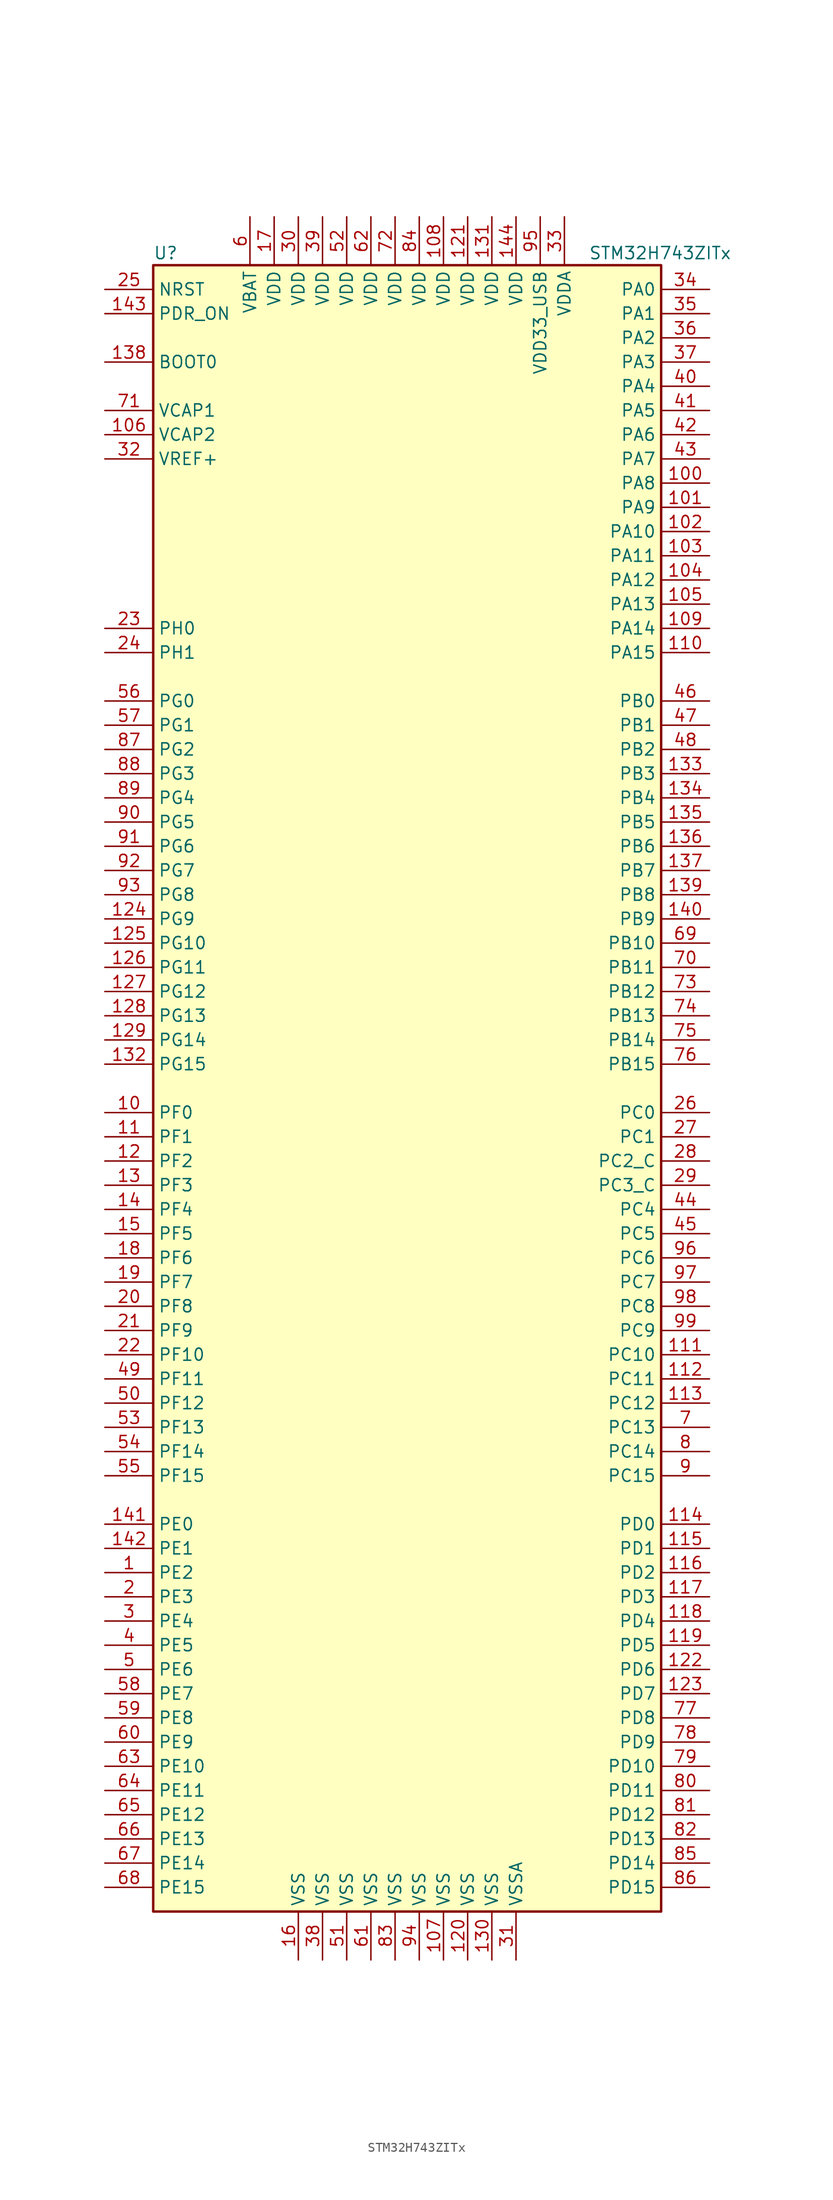
<source format=kicad_sym>
(kicad_symbol_lib
  (version 20201005)
  (generator kicad_symbol_editor)
  (symbol "STM32H743ZITx"
    (property "Reference" "U"
      (at -27.94 87.63 0)
      (effects (font (size 1.27 1.27)) (justify left)))
    (property "Value" "STM32H743ZITx"
      (at 17.78 87.63 0)
      (effects (font (size 1.27 1.27)) (justify left)))
    (symbol "STM32H743ZITx_0_1"
      (rectangle (start -27.94 -86.36) (end 25.4 86.36) (stroke (width 0.254)) (fill (type background))))
    (symbol "STM32H743ZITx_1_1"
      (pin input line (at -33.02 76.2 0) (length 5.08) (name "BOOT0" (effects (font (size 1.27 1.27)))) (number "138" (effects (font (size 1.27 1.27)))))
      (pin input line (at -33.02 83.82 0) (length 5.08) (name "NRST" (effects (font (size 1.27 1.27)))) (number "25" (effects (font (size 1.27 1.27)))))
      (pin bidirectional line (at 30.48 83.82 180) (length 5.08) (name "PA0" (effects (font (size 1.27 1.27)))) (number "34" (effects (font (size 1.27 1.27)))))
      (pin bidirectional line (at 30.48 81.28 180) (length 5.08) (name "PA1" (effects (font (size 1.27 1.27)))) (number "35" (effects (font (size 1.27 1.27)))))
      (pin bidirectional line (at 30.48 58.42 180) (length 5.08) (name "PA10" (effects (font (size 1.27 1.27)))) (number "102" (effects (font (size 1.27 1.27)))))
      (pin bidirectional line (at 30.48 55.88 180) (length 5.08) (name "PA11" (effects (font (size 1.27 1.27)))) (number "103" (effects (font (size 1.27 1.27)))))
      (pin bidirectional line (at 30.48 53.34 180) (length 5.08) (name "PA12" (effects (font (size 1.27 1.27)))) (number "104" (effects (font (size 1.27 1.27)))))
      (pin bidirectional line (at 30.48 50.8 180) (length 5.08) (name "PA13" (effects (font (size 1.27 1.27)))) (number "105" (effects (font (size 1.27 1.27)))))
      (pin bidirectional line (at 30.48 48.26 180) (length 5.08) (name "PA14" (effects (font (size 1.27 1.27)))) (number "109" (effects (font (size 1.27 1.27)))))
      (pin bidirectional line (at 30.48 45.72 180) (length 5.08) (name "PA15" (effects (font (size 1.27 1.27)))) (number "110" (effects (font (size 1.27 1.27)))))
      (pin bidirectional line (at 30.48 78.74 180) (length 5.08) (name "PA2" (effects (font (size 1.27 1.27)))) (number "36" (effects (font (size 1.27 1.27)))))
      (pin bidirectional line (at 30.48 76.2 180) (length 5.08) (name "PA3" (effects (font (size 1.27 1.27)))) (number "37" (effects (font (size 1.27 1.27)))))
      (pin bidirectional line (at 30.48 73.66 180) (length 5.08) (name "PA4" (effects (font (size 1.27 1.27)))) (number "40" (effects (font (size 1.27 1.27)))))
      (pin bidirectional line (at 30.48 71.12 180) (length 5.08) (name "PA5" (effects (font (size 1.27 1.27)))) (number "41" (effects (font (size 1.27 1.27)))))
      (pin bidirectional line (at 30.48 68.58 180) (length 5.08) (name "PA6" (effects (font (size 1.27 1.27)))) (number "42" (effects (font (size 1.27 1.27)))))
      (pin bidirectional line (at 30.48 66.04 180) (length 5.08) (name "PA7" (effects (font (size 1.27 1.27)))) (number "43" (effects (font (size 1.27 1.27)))))
      (pin bidirectional line (at 30.48 63.5 180) (length 5.08) (name "PA8" (effects (font (size 1.27 1.27)))) (number "100" (effects (font (size 1.27 1.27)))))
      (pin bidirectional line (at 30.48 60.96 180) (length 5.08) (name "PA9" (effects (font (size 1.27 1.27)))) (number "101" (effects (font (size 1.27 1.27)))))
      (pin bidirectional line (at 30.48 40.64 180) (length 5.08) (name "PB0" (effects (font (size 1.27 1.27)))) (number "46" (effects (font (size 1.27 1.27)))))
      (pin bidirectional line (at 30.48 38.1 180) (length 5.08) (name "PB1" (effects (font (size 1.27 1.27)))) (number "47" (effects (font (size 1.27 1.27)))))
      (pin bidirectional line (at 30.48 15.24 180) (length 5.08) (name "PB10" (effects (font (size 1.27 1.27)))) (number "69" (effects (font (size 1.27 1.27)))))
      (pin bidirectional line (at 30.48 12.7 180) (length 5.08) (name "PB11" (effects (font (size 1.27 1.27)))) (number "70" (effects (font (size 1.27 1.27)))))
      (pin bidirectional line (at 30.48 10.16 180) (length 5.08) (name "PB12" (effects (font (size 1.27 1.27)))) (number "73" (effects (font (size 1.27 1.27)))))
      (pin bidirectional line (at 30.48 7.62 180) (length 5.08) (name "PB13" (effects (font (size 1.27 1.27)))) (number "74" (effects (font (size 1.27 1.27)))))
      (pin bidirectional line (at 30.48 5.08 180) (length 5.08) (name "PB14" (effects (font (size 1.27 1.27)))) (number "75" (effects (font (size 1.27 1.27)))))
      (pin bidirectional line (at 30.48 2.54 180) (length 5.08) (name "PB15" (effects (font (size 1.27 1.27)))) (number "76" (effects (font (size 1.27 1.27)))))
      (pin bidirectional line (at 30.48 35.56 180) (length 5.08) (name "PB2" (effects (font (size 1.27 1.27)))) (number "48" (effects (font (size 1.27 1.27)))))
      (pin bidirectional line (at 30.48 33.02 180) (length 5.08) (name "PB3" (effects (font (size 1.27 1.27)))) (number "133" (effects (font (size 1.27 1.27)))))
      (pin bidirectional line (at 30.48 30.48 180) (length 5.08) (name "PB4" (effects (font (size 1.27 1.27)))) (number "134" (effects (font (size 1.27 1.27)))))
      (pin bidirectional line (at 30.48 27.94 180) (length 5.08) (name "PB5" (effects (font (size 1.27 1.27)))) (number "135" (effects (font (size 1.27 1.27)))))
      (pin bidirectional line (at 30.48 25.4 180) (length 5.08) (name "PB6" (effects (font (size 1.27 1.27)))) (number "136" (effects (font (size 1.27 1.27)))))
      (pin bidirectional line (at 30.48 22.86 180) (length 5.08) (name "PB7" (effects (font (size 1.27 1.27)))) (number "137" (effects (font (size 1.27 1.27)))))
      (pin bidirectional line (at 30.48 20.32 180) (length 5.08) (name "PB8" (effects (font (size 1.27 1.27)))) (number "139" (effects (font (size 1.27 1.27)))))
      (pin bidirectional line (at 30.48 17.78 180) (length 5.08) (name "PB9" (effects (font (size 1.27 1.27)))) (number "140" (effects (font (size 1.27 1.27)))))
      (pin bidirectional line (at 30.48 -2.54 180) (length 5.08) (name "PC0" (effects (font (size 1.27 1.27)))) (number "26" (effects (font (size 1.27 1.27)))))
      (pin bidirectional line (at 30.48 -5.08 180) (length 5.08) (name "PC1" (effects (font (size 1.27 1.27)))) (number "27" (effects (font (size 1.27 1.27)))))
      (pin bidirectional line (at 30.48 -27.94 180) (length 5.08) (name "PC10" (effects (font (size 1.27 1.27)))) (number "111" (effects (font (size 1.27 1.27)))))
      (pin bidirectional line (at 30.48 -30.48 180) (length 5.08) (name "PC11" (effects (font (size 1.27 1.27)))) (number "112" (effects (font (size 1.27 1.27)))))
      (pin bidirectional line (at 30.48 -33.02 180) (length 5.08) (name "PC12" (effects (font (size 1.27 1.27)))) (number "113" (effects (font (size 1.27 1.27)))))
      (pin bidirectional line (at 30.48 -35.56 180) (length 5.08) (name "PC13" (effects (font (size 1.27 1.27)))) (number "7" (effects (font (size 1.27 1.27)))))
      (pin bidirectional line (at 30.48 -38.1 180) (length 5.08) (name "PC14" (effects (font (size 1.27 1.27)))) (number "8" (effects (font (size 1.27 1.27)))))
      (pin bidirectional line (at 30.48 -40.64 180) (length 5.08) (name "PC15" (effects (font (size 1.27 1.27)))) (number "9" (effects (font (size 1.27 1.27)))))
      (pin bidirectional line (at 30.48 -7.62 180) (length 5.08) (name "PC2_C" (effects (font (size 1.27 1.27)))) (number "28" (effects (font (size 1.27 1.27)))))
      (pin bidirectional line (at 30.48 -10.16 180) (length 5.08) (name "PC3_C" (effects (font (size 1.27 1.27)))) (number "29" (effects (font (size 1.27 1.27)))))
      (pin bidirectional line (at 30.48 -12.7 180) (length 5.08) (name "PC4" (effects (font (size 1.27 1.27)))) (number "44" (effects (font (size 1.27 1.27)))))
      (pin bidirectional line (at 30.48 -15.24 180) (length 5.08) (name "PC5" (effects (font (size 1.27 1.27)))) (number "45" (effects (font (size 1.27 1.27)))))
      (pin bidirectional line (at 30.48 -17.78 180) (length 5.08) (name "PC6" (effects (font (size 1.27 1.27)))) (number "96" (effects (font (size 1.27 1.27)))))
      (pin bidirectional line (at 30.48 -20.32 180) (length 5.08) (name "PC7" (effects (font (size 1.27 1.27)))) (number "97" (effects (font (size 1.27 1.27)))))
      (pin bidirectional line (at 30.48 -22.86 180) (length 5.08) (name "PC8" (effects (font (size 1.27 1.27)))) (number "98" (effects (font (size 1.27 1.27)))))
      (pin bidirectional line (at 30.48 -25.4 180) (length 5.08) (name "PC9" (effects (font (size 1.27 1.27)))) (number "99" (effects (font (size 1.27 1.27)))))
      (pin bidirectional line (at 30.48 -45.72 180) (length 5.08) (name "PD0" (effects (font (size 1.27 1.27)))) (number "114" (effects (font (size 1.27 1.27)))))
      (pin bidirectional line (at 30.48 -48.26 180) (length 5.08) (name "PD1" (effects (font (size 1.27 1.27)))) (number "115" (effects (font (size 1.27 1.27)))))
      (pin bidirectional line (at 30.48 -71.12 180) (length 5.08) (name "PD10" (effects (font (size 1.27 1.27)))) (number "79" (effects (font (size 1.27 1.27)))))
      (pin bidirectional line (at 30.48 -73.66 180) (length 5.08) (name "PD11" (effects (font (size 1.27 1.27)))) (number "80" (effects (font (size 1.27 1.27)))))
      (pin bidirectional line (at 30.48 -76.2 180) (length 5.08) (name "PD12" (effects (font (size 1.27 1.27)))) (number "81" (effects (font (size 1.27 1.27)))))
      (pin bidirectional line (at 30.48 -78.74 180) (length 5.08) (name "PD13" (effects (font (size 1.27 1.27)))) (number "82" (effects (font (size 1.27 1.27)))))
      (pin bidirectional line (at 30.48 -81.28 180) (length 5.08) (name "PD14" (effects (font (size 1.27 1.27)))) (number "85" (effects (font (size 1.27 1.27)))))
      (pin bidirectional line (at 30.48 -83.82 180) (length 5.08) (name "PD15" (effects (font (size 1.27 1.27)))) (number "86" (effects (font (size 1.27 1.27)))))
      (pin bidirectional line (at 30.48 -50.8 180) (length 5.08) (name "PD2" (effects (font (size 1.27 1.27)))) (number "116" (effects (font (size 1.27 1.27)))))
      (pin bidirectional line (at 30.48 -53.34 180) (length 5.08) (name "PD3" (effects (font (size 1.27 1.27)))) (number "117" (effects (font (size 1.27 1.27)))))
      (pin bidirectional line (at 30.48 -55.88 180) (length 5.08) (name "PD4" (effects (font (size 1.27 1.27)))) (number "118" (effects (font (size 1.27 1.27)))))
      (pin bidirectional line (at 30.48 -58.42 180) (length 5.08) (name "PD5" (effects (font (size 1.27 1.27)))) (number "119" (effects (font (size 1.27 1.27)))))
      (pin bidirectional line (at 30.48 -60.96 180) (length 5.08) (name "PD6" (effects (font (size 1.27 1.27)))) (number "122" (effects (font (size 1.27 1.27)))))
      (pin bidirectional line (at 30.48 -63.5 180) (length 5.08) (name "PD7" (effects (font (size 1.27 1.27)))) (number "123" (effects (font (size 1.27 1.27)))))
      (pin bidirectional line (at 30.48 -66.04 180) (length 5.08) (name "PD8" (effects (font (size 1.27 1.27)))) (number "77" (effects (font (size 1.27 1.27)))))
      (pin bidirectional line (at 30.48 -68.58 180) (length 5.08) (name "PD9" (effects (font (size 1.27 1.27)))) (number "78" (effects (font (size 1.27 1.27)))))
      (pin input line (at -33.02 81.28 0) (length 5.08) (name "PDR_ON" (effects (font (size 1.27 1.27)))) (number "143" (effects (font (size 1.27 1.27)))))
      (pin bidirectional line (at -33.02 -45.72 0) (length 5.08) (name "PE0" (effects (font (size 1.27 1.27)))) (number "141" (effects (font (size 1.27 1.27)))))
      (pin bidirectional line (at -33.02 -48.26 0) (length 5.08) (name "PE1" (effects (font (size 1.27 1.27)))) (number "142" (effects (font (size 1.27 1.27)))))
      (pin bidirectional line (at -33.02 -71.12 0) (length 5.08) (name "PE10" (effects (font (size 1.27 1.27)))) (number "63" (effects (font (size 1.27 1.27)))))
      (pin bidirectional line (at -33.02 -73.66 0) (length 5.08) (name "PE11" (effects (font (size 1.27 1.27)))) (number "64" (effects (font (size 1.27 1.27)))))
      (pin bidirectional line (at -33.02 -76.2 0) (length 5.08) (name "PE12" (effects (font (size 1.27 1.27)))) (number "65" (effects (font (size 1.27 1.27)))))
      (pin bidirectional line (at -33.02 -78.74 0) (length 5.08) (name "PE13" (effects (font (size 1.27 1.27)))) (number "66" (effects (font (size 1.27 1.27)))))
      (pin bidirectional line (at -33.02 -81.28 0) (length 5.08) (name "PE14" (effects (font (size 1.27 1.27)))) (number "67" (effects (font (size 1.27 1.27)))))
      (pin bidirectional line (at -33.02 -83.82 0) (length 5.08) (name "PE15" (effects (font (size 1.27 1.27)))) (number "68" (effects (font (size 1.27 1.27)))))
      (pin bidirectional line (at -33.02 -50.8 0) (length 5.08) (name "PE2" (effects (font (size 1.27 1.27)))) (number "1" (effects (font (size 1.27 1.27)))))
      (pin bidirectional line (at -33.02 -53.34 0) (length 5.08) (name "PE3" (effects (font (size 1.27 1.27)))) (number "2" (effects (font (size 1.27 1.27)))))
      (pin bidirectional line (at -33.02 -55.88 0) (length 5.08) (name "PE4" (effects (font (size 1.27 1.27)))) (number "3" (effects (font (size 1.27 1.27)))))
      (pin bidirectional line (at -33.02 -58.42 0) (length 5.08) (name "PE5" (effects (font (size 1.27 1.27)))) (number "4" (effects (font (size 1.27 1.27)))))
      (pin bidirectional line (at -33.02 -60.96 0) (length 5.08) (name "PE6" (effects (font (size 1.27 1.27)))) (number "5" (effects (font (size 1.27 1.27)))))
      (pin bidirectional line (at -33.02 -63.5 0) (length 5.08) (name "PE7" (effects (font (size 1.27 1.27)))) (number "58" (effects (font (size 1.27 1.27)))))
      (pin bidirectional line (at -33.02 -66.04 0) (length 5.08) (name "PE8" (effects (font (size 1.27 1.27)))) (number "59" (effects (font (size 1.27 1.27)))))
      (pin bidirectional line (at -33.02 -68.58 0) (length 5.08) (name "PE9" (effects (font (size 1.27 1.27)))) (number "60" (effects (font (size 1.27 1.27)))))
      (pin bidirectional line (at -33.02 -2.54 0) (length 5.08) (name "PF0" (effects (font (size 1.27 1.27)))) (number "10" (effects (font (size 1.27 1.27)))))
      (pin bidirectional line (at -33.02 -5.08 0) (length 5.08) (name "PF1" (effects (font (size 1.27 1.27)))) (number "11" (effects (font (size 1.27 1.27)))))
      (pin bidirectional line (at -33.02 -27.94 0) (length 5.08) (name "PF10" (effects (font (size 1.27 1.27)))) (number "22" (effects (font (size 1.27 1.27)))))
      (pin bidirectional line (at -33.02 -30.48 0) (length 5.08) (name "PF11" (effects (font (size 1.27 1.27)))) (number "49" (effects (font (size 1.27 1.27)))))
      (pin bidirectional line (at -33.02 -33.02 0) (length 5.08) (name "PF12" (effects (font (size 1.27 1.27)))) (number "50" (effects (font (size 1.27 1.27)))))
      (pin bidirectional line (at -33.02 -35.56 0) (length 5.08) (name "PF13" (effects (font (size 1.27 1.27)))) (number "53" (effects (font (size 1.27 1.27)))))
      (pin bidirectional line (at -33.02 -38.1 0) (length 5.08) (name "PF14" (effects (font (size 1.27 1.27)))) (number "54" (effects (font (size 1.27 1.27)))))
      (pin bidirectional line (at -33.02 -40.64 0) (length 5.08) (name "PF15" (effects (font (size 1.27 1.27)))) (number "55" (effects (font (size 1.27 1.27)))))
      (pin bidirectional line (at -33.02 -7.62 0) (length 5.08) (name "PF2" (effects (font (size 1.27 1.27)))) (number "12" (effects (font (size 1.27 1.27)))))
      (pin bidirectional line (at -33.02 -10.16 0) (length 5.08) (name "PF3" (effects (font (size 1.27 1.27)))) (number "13" (effects (font (size 1.27 1.27)))))
      (pin bidirectional line (at -33.02 -12.7 0) (length 5.08) (name "PF4" (effects (font (size 1.27 1.27)))) (number "14" (effects (font (size 1.27 1.27)))))
      (pin bidirectional line (at -33.02 -15.24 0) (length 5.08) (name "PF5" (effects (font (size 1.27 1.27)))) (number "15" (effects (font (size 1.27 1.27)))))
      (pin bidirectional line (at -33.02 -17.78 0) (length 5.08) (name "PF6" (effects (font (size 1.27 1.27)))) (number "18" (effects (font (size 1.27 1.27)))))
      (pin bidirectional line (at -33.02 -20.32 0) (length 5.08) (name "PF7" (effects (font (size 1.27 1.27)))) (number "19" (effects (font (size 1.27 1.27)))))
      (pin bidirectional line (at -33.02 -22.86 0) (length 5.08) (name "PF8" (effects (font (size 1.27 1.27)))) (number "20" (effects (font (size 1.27 1.27)))))
      (pin bidirectional line (at -33.02 -25.4 0) (length 5.08) (name "PF9" (effects (font (size 1.27 1.27)))) (number "21" (effects (font (size 1.27 1.27)))))
      (pin bidirectional line (at -33.02 40.64 0) (length 5.08) (name "PG0" (effects (font (size 1.27 1.27)))) (number "56" (effects (font (size 1.27 1.27)))))
      (pin bidirectional line (at -33.02 38.1 0) (length 5.08) (name "PG1" (effects (font (size 1.27 1.27)))) (number "57" (effects (font (size 1.27 1.27)))))
      (pin bidirectional line (at -33.02 15.24 0) (length 5.08) (name "PG10" (effects (font (size 1.27 1.27)))) (number "125" (effects (font (size 1.27 1.27)))))
      (pin bidirectional line (at -33.02 12.7 0) (length 5.08) (name "PG11" (effects (font (size 1.27 1.27)))) (number "126" (effects (font (size 1.27 1.27)))))
      (pin bidirectional line (at -33.02 10.16 0) (length 5.08) (name "PG12" (effects (font (size 1.27 1.27)))) (number "127" (effects (font (size 1.27 1.27)))))
      (pin bidirectional line (at -33.02 7.62 0) (length 5.08) (name "PG13" (effects (font (size 1.27 1.27)))) (number "128" (effects (font (size 1.27 1.27)))))
      (pin bidirectional line (at -33.02 5.08 0) (length 5.08) (name "PG14" (effects (font (size 1.27 1.27)))) (number "129" (effects (font (size 1.27 1.27)))))
      (pin bidirectional line (at -33.02 2.54 0) (length 5.08) (name "PG15" (effects (font (size 1.27 1.27)))) (number "132" (effects (font (size 1.27 1.27)))))
      (pin bidirectional line (at -33.02 35.56 0) (length 5.08) (name "PG2" (effects (font (size 1.27 1.27)))) (number "87" (effects (font (size 1.27 1.27)))))
      (pin bidirectional line (at -33.02 33.02 0) (length 5.08) (name "PG3" (effects (font (size 1.27 1.27)))) (number "88" (effects (font (size 1.27 1.27)))))
      (pin bidirectional line (at -33.02 30.48 0) (length 5.08) (name "PG4" (effects (font (size 1.27 1.27)))) (number "89" (effects (font (size 1.27 1.27)))))
      (pin bidirectional line (at -33.02 27.94 0) (length 5.08) (name "PG5" (effects (font (size 1.27 1.27)))) (number "90" (effects (font (size 1.27 1.27)))))
      (pin bidirectional line (at -33.02 25.4 0) (length 5.08) (name "PG6" (effects (font (size 1.27 1.27)))) (number "91" (effects (font (size 1.27 1.27)))))
      (pin bidirectional line (at -33.02 22.86 0) (length 5.08) (name "PG7" (effects (font (size 1.27 1.27)))) (number "92" (effects (font (size 1.27 1.27)))))
      (pin bidirectional line (at -33.02 20.32 0) (length 5.08) (name "PG8" (effects (font (size 1.27 1.27)))) (number "93" (effects (font (size 1.27 1.27)))))
      (pin bidirectional line (at -33.02 17.78 0) (length 5.08) (name "PG9" (effects (font (size 1.27 1.27)))) (number "124" (effects (font (size 1.27 1.27)))))
      (pin input line (at -33.02 48.26 0) (length 5.08) (name "PH0" (effects (font (size 1.27 1.27)))) (number "23" (effects (font (size 1.27 1.27)))))
      (pin input line (at -33.02 45.72 0) (length 5.08) (name "PH1" (effects (font (size 1.27 1.27)))) (number "24" (effects (font (size 1.27 1.27)))))
      (pin power_in line (at -17.78 91.44 270) (length 5.08) (name "VBAT" (effects (font (size 1.27 1.27)))) (number "6" (effects (font (size 1.27 1.27)))))
      (pin power_in line (at -33.02 71.12 0) (length 5.08) (name "VCAP1" (effects (font (size 1.27 1.27)))) (number "71" (effects (font (size 1.27 1.27)))))
      (pin power_in line (at -33.02 68.58 0) (length 5.08) (name "VCAP2" (effects (font (size 1.27 1.27)))) (number "106" (effects (font (size 1.27 1.27)))))
      (pin power_in line (at 2.54 91.44 270) (length 5.08) (name "VDD" (effects (font (size 1.27 1.27)))) (number "108" (effects (font (size 1.27 1.27)))))
      (pin power_in line (at 5.08 91.44 270) (length 5.08) (name "VDD" (effects (font (size 1.27 1.27)))) (number "121" (effects (font (size 1.27 1.27)))))
      (pin power_in line (at 7.62 91.44 270) (length 5.08) (name "VDD" (effects (font (size 1.27 1.27)))) (number "131" (effects (font (size 1.27 1.27)))))
      (pin power_in line (at 10.16 91.44 270) (length 5.08) (name "VDD" (effects (font (size 1.27 1.27)))) (number "144" (effects (font (size 1.27 1.27)))))
      (pin power_in line (at -15.24 91.44 270) (length 5.08) (name "VDD" (effects (font (size 1.27 1.27)))) (number "17" (effects (font (size 1.27 1.27)))))
      (pin power_in line (at -12.7 91.44 270) (length 5.08) (name "VDD" (effects (font (size 1.27 1.27)))) (number "30" (effects (font (size 1.27 1.27)))))
      (pin power_in line (at -10.16 91.44 270) (length 5.08) (name "VDD" (effects (font (size 1.27 1.27)))) (number "39" (effects (font (size 1.27 1.27)))))
      (pin power_in line (at -7.62 91.44 270) (length 5.08) (name "VDD" (effects (font (size 1.27 1.27)))) (number "52" (effects (font (size 1.27 1.27)))))
      (pin power_in line (at -5.08 91.44 270) (length 5.08) (name "VDD" (effects (font (size 1.27 1.27)))) (number "62" (effects (font (size 1.27 1.27)))))
      (pin power_in line (at -2.54 91.44 270) (length 5.08) (name "VDD" (effects (font (size 1.27 1.27)))) (number "72" (effects (font (size 1.27 1.27)))))
      (pin power_in line (at 0 91.44 270) (length 5.08) (name "VDD" (effects (font (size 1.27 1.27)))) (number "84" (effects (font (size 1.27 1.27)))))
      (pin power_in line (at 12.7 91.44 270) (length 5.08) (name "VDD33_USB" (effects (font (size 1.27 1.27)))) (number "95" (effects (font (size 1.27 1.27)))))
      (pin power_in line (at 15.24 91.44 270) (length 5.08) (name "VDDA" (effects (font (size 1.27 1.27)))) (number "33" (effects (font (size 1.27 1.27)))))
      (pin bidirectional line (at -33.02 66.04 0) (length 5.08) (name "VREF+" (effects (font (size 1.27 1.27)))) (number "32" (effects (font (size 1.27 1.27)))))
      (pin power_in line (at 2.54 -91.44 90) (length 5.08) (name "VSS" (effects (font (size 1.27 1.27)))) (number "107" (effects (font (size 1.27 1.27)))))
      (pin power_in line (at 5.08 -91.44 90) (length 5.08) (name "VSS" (effects (font (size 1.27 1.27)))) (number "120" (effects (font (size 1.27 1.27)))))
      (pin power_in line (at 7.62 -91.44 90) (length 5.08) (name "VSS" (effects (font (size 1.27 1.27)))) (number "130" (effects (font (size 1.27 1.27)))))
      (pin power_in line (at -12.7 -91.44 90) (length 5.08) (name "VSS" (effects (font (size 1.27 1.27)))) (number "16" (effects (font (size 1.27 1.27)))))
      (pin power_in line (at -10.16 -91.44 90) (length 5.08) (name "VSS" (effects (font (size 1.27 1.27)))) (number "38" (effects (font (size 1.27 1.27)))))
      (pin power_in line (at -7.62 -91.44 90) (length 5.08) (name "VSS" (effects (font (size 1.27 1.27)))) (number "51" (effects (font (size 1.27 1.27)))))
      (pin power_in line (at -5.08 -91.44 90) (length 5.08) (name "VSS" (effects (font (size 1.27 1.27)))) (number "61" (effects (font (size 1.27 1.27)))))
      (pin power_in line (at -2.54 -91.44 90) (length 5.08) (name "VSS" (effects (font (size 1.27 1.27)))) (number "83" (effects (font (size 1.27 1.27)))))
      (pin power_in line (at 0 -91.44 90) (length 5.08) (name "VSS" (effects (font (size 1.27 1.27)))) (number "94" (effects (font (size 1.27 1.27)))))
      (pin power_in line (at 10.16 -91.44 90) (length 5.08) (name "VSSA" (effects (font (size 1.27 1.27)))) (number "31" (effects (font (size 1.27 1.27))))))))
</source>
